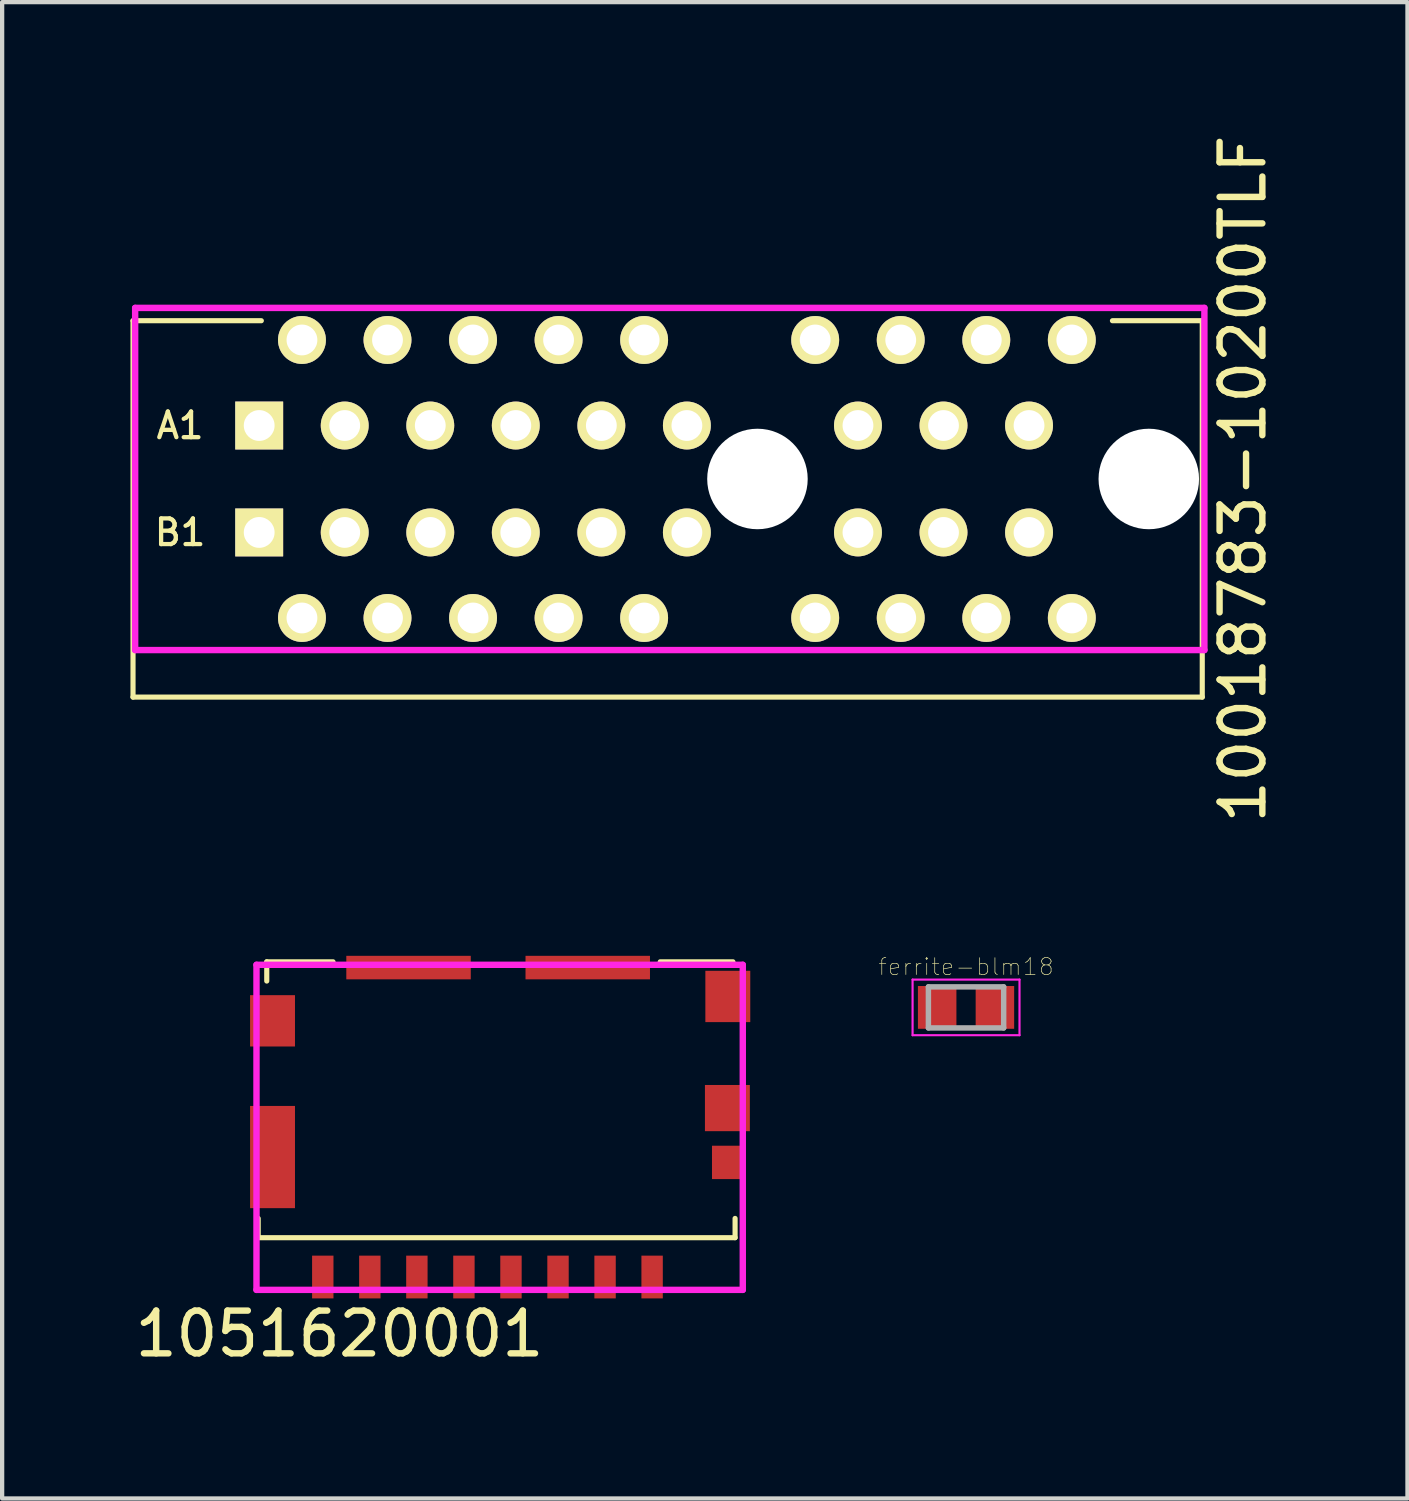
<source format=kicad_pcb>
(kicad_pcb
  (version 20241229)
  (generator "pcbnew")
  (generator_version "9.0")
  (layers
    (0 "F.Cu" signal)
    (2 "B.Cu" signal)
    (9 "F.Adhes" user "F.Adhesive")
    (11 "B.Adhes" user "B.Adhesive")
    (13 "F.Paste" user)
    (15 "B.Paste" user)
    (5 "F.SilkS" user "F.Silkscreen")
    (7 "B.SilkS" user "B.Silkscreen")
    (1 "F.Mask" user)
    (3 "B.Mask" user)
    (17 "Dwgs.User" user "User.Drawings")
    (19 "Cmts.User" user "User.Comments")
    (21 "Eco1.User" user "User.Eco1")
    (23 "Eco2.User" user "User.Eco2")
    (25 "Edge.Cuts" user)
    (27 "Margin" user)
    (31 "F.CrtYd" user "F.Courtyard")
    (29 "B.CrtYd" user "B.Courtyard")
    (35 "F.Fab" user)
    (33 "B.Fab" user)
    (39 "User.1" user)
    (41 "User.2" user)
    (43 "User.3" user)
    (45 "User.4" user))
  (footprint "10018783-10200TLF"
    (layer "F.Cu")
    (at 14.66 8.149)
    (property "Reference" "10018783-10200TLF" (at 11.35 0 270) (layer "F.SilkS") (effects (font (size 1 1) (thickness 0.15))))
    (attr through_hole)
    (fp_line (start -14.6 -3.7) (end -14.6 5.1) (stroke (width 0.12) (type solid)) (layer "F.SilkS"))
    (fp_line (start -14.6 -3.7) (end -11.6 -3.7) (stroke (width 0.12) (type solid)) (layer "F.SilkS"))
    (fp_line (start -14.6 5.1) (end 10.4 5.1) (stroke (width 0.12) (type solid)) (layer "F.SilkS"))
    (fp_line (start 10.4 -3.7) (end 8.3 -3.7) (stroke (width 0.12) (type solid)) (layer "F.SilkS"))
    (fp_line (start 10.4 5.1) (end 10.4 -3.7) (stroke (width 0.12) (type solid)) (layer "F.SilkS"))
    (fp_line (start -14.55 -4) (end -14.55 4) (stroke (width 0.15) (type solid)) (layer "F.CrtYd"))
    (fp_line (start -14.55 4) (end 10.45 4) (stroke (width 0.15) (type solid)) (layer "F.CrtYd"))
    (fp_line (start 10.45 -4) (end -14.55 -4) (stroke (width 0.15) (type solid)) (layer "F.CrtYd"))
    (fp_line (start 10.45 4) (end 10.45 -4) (stroke (width 0.15) (type solid)) (layer "F.CrtYd"))
    (fp_text user "B1" (at -13.5 1.25 0) (layer "F.SilkS") (effects (font (size 0.6 0.6) (thickness 0.1))))
    (fp_text user "A1" (at -13.5 -1.25 0) (layer "F.SilkS") (effects (font (size 0.6 0.6) (thickness 0.1))))
    (pad "" np_thru_hole circle (at 0 0 180) (size 2.35 2.35) (drill 2.35) (layers "*.Cu" "*.Mask"))
    (pad "" np_thru_hole circle (at 9.15 0 180) (size 2.35 2.35) (drill 2.35) (layers "*.Cu" "*.Mask"))
    (pad "A1" thru_hole rect (at -11.65 -1.25 180) (size 1.12 1.12) (drill 0.72) (layers "*.Cu" "*.Mask" "F.SilkS"))
    (pad "A2" thru_hole circle (at -10.65 -3.25 180) (size 1.12 1.12) (drill 0.72) (layers "*.Cu" "*.Mask" "F.SilkS"))
    (pad "A3" thru_hole circle (at -9.65 -1.25 180) (size 1.12 1.12) (drill 0.72) (layers "*.Cu" "*.Mask" "F.SilkS"))
    (pad "A4" thru_hole circle (at -8.65 -3.25 180) (size 1.12 1.12) (drill 0.72) (layers "*.Cu" "*.Mask" "F.SilkS"))
    (pad "A5" thru_hole circle (at -7.65 -1.25 180) (size 1.12 1.12) (drill 0.72) (layers "*.Cu" "*.Mask" "F.SilkS"))
    (pad "A6" thru_hole circle (at -6.65 -3.25 180) (size 1.12 1.12) (drill 0.72) (layers "*.Cu" "*.Mask" "F.SilkS"))
    (pad "A7" thru_hole circle (at -5.65 -1.25 180) (size 1.12 1.12) (drill 0.72) (layers "*.Cu" "*.Mask" "F.SilkS"))
    (pad "A8" thru_hole circle (at -4.65 -3.25 180) (size 1.12 1.12) (drill 0.72) (layers "*.Cu" "*.Mask" "F.SilkS"))
    (pad "A9" thru_hole circle (at -3.65 -1.25 180) (size 1.12 1.12) (drill 0.72) (layers "*.Cu" "*.Mask" "F.SilkS"))
    (pad "A10" thru_hole circle (at -2.65 -3.25 180) (size 1.12 1.12) (drill 0.72) (layers "*.Cu" "*.Mask" "F.SilkS"))
    (pad "A11" thru_hole circle (at -1.65 -1.25 180) (size 1.12 1.12) (drill 0.72) (layers "*.Cu" "*.Mask" "F.SilkS"))
    (pad "A12" thru_hole circle (at 1.35 -3.25 180) (size 1.12 1.12) (drill 0.72) (layers "*.Cu" "*.Mask" "F.SilkS"))
    (pad "A13" thru_hole circle (at 2.35 -1.25 180) (size 1.12 1.12) (drill 0.72) (layers "*.Cu" "*.Mask" "F.SilkS"))
    (pad "A14" thru_hole circle (at 3.35 -3.25 180) (size 1.12 1.12) (drill 0.72) (layers "*.Cu" "*.Mask" "F.SilkS"))
    (pad "A15" thru_hole circle (at 4.35 -1.25 180) (size 1.12 1.12) (drill 0.72) (layers "*.Cu" "*.Mask" "F.SilkS"))
    (pad "A16" thru_hole circle (at 5.35 -3.25 180) (size 1.12 1.12) (drill 0.72) (layers "*.Cu" "*.Mask" "F.SilkS"))
    (pad "A17" thru_hole circle (at 6.35 -1.25 180) (size 1.12 1.12) (drill 0.72) (layers "*.Cu" "*.Mask" "F.SilkS"))
    (pad "A18" thru_hole circle (at 7.35 -3.25 180) (size 1.12 1.12) (drill 0.72) (layers "*.Cu" "*.Mask" "F.SilkS"))
    (pad "B1" thru_hole rect (at -11.65 1.25 180) (size 1.12 1.12) (drill 0.72) (layers "*.Cu" "*.Mask" "F.SilkS"))
    (pad "B2" thru_hole circle (at -10.65 3.25 180) (size 1.12 1.12) (drill 0.72) (layers "*.Cu" "*.Mask" "F.SilkS"))
    (pad "B3" thru_hole circle (at -9.65 1.25 180) (size 1.12 1.12) (drill 0.72) (layers "*.Cu" "*.Mask" "F.SilkS"))
    (pad "B4" thru_hole circle (at -8.65 3.25 180) (size 1.12 1.12) (drill 0.72) (layers "*.Cu" "*.Mask" "F.SilkS"))
    (pad "B5" thru_hole circle (at -7.65 1.25 180) (size 1.12 1.12) (drill 0.72) (layers "*.Cu" "*.Mask" "F.SilkS"))
    (pad "B6" thru_hole circle (at -6.65 3.25 180) (size 1.12 1.12) (drill 0.72) (layers "*.Cu" "*.Mask" "F.SilkS"))
    (pad "B7" thru_hole circle (at -5.65 1.25 180) (size 1.12 1.12) (drill 0.72) (layers "*.Cu" "*.Mask" "F.SilkS"))
    (pad "B8" thru_hole circle (at -4.65 3.25 180) (size 1.12 1.12) (drill 0.72) (layers "*.Cu" "*.Mask" "F.SilkS"))
    (pad "B9" thru_hole circle (at -3.65 1.25 180) (size 1.12 1.12) (drill 0.72) (layers "*.Cu" "*.Mask" "F.SilkS"))
    (pad "B10" thru_hole circle (at -2.65 3.25 180) (size 1.12 1.12) (drill 0.72) (layers "*.Cu" "*.Mask" "F.SilkS"))
    (pad "B11" thru_hole circle (at -1.65 1.25 180) (size 1.12 1.12) (drill 0.72) (layers "*.Cu" "*.Mask" "F.SilkS"))
    (pad "B12" thru_hole circle (at 1.35 3.25 180) (size 1.12 1.12) (drill 0.72) (layers "*.Cu" "*.Mask" "F.SilkS"))
    (pad "B13" thru_hole circle (at 2.35 1.25 180) (size 1.12 1.12) (drill 0.72) (layers "*.Cu" "*.Mask" "F.SilkS"))
    (pad "B14" thru_hole circle (at 3.35 3.25 180) (size 1.12 1.12) (drill 0.72) (layers "*.Cu" "*.Mask" "F.SilkS"))
    (pad "B15" thru_hole circle (at 4.35 1.25 180) (size 1.12 1.12) (drill 0.72) (layers "*.Cu" "*.Mask" "F.SilkS"))
    (pad "B16" thru_hole circle (at 5.35 3.25 180) (size 1.12 1.12) (drill 0.72) (layers "*.Cu" "*.Mask" "F.SilkS"))
    (pad "B17" thru_hole circle (at 6.35 1.25 180) (size 1.12 1.12) (drill 0.72) (layers "*.Cu" "*.Mask" "F.SilkS"))
    (pad "B18" thru_hole circle (at 7.35 3.25 180) (size 1.12 1.12) (drill 0.72) (layers "*.Cu" "*.Mask" "F.SilkS")))
  (footprint "ferrite-blm18"
    (layer "F.Cu")
    (at 19.537 20.504)
    (property "Reference" "ferrite-blm18" (at 0 -0.95 0) (layer "F.SilkS") (effects (font (size 0.394 0.394) (thickness 0.015))))
    (attr through_hole)
    (fp_line (start -1.25 -0.65) (end 1.25 -0.65) (stroke (width 0.05) (type solid)) (layer "F.CrtYd"))
    (fp_line (start -1.25 0.65) (end -1.25 -0.65) (stroke (width 0.05) (type solid)) (layer "F.CrtYd"))
    (fp_line (start -1.25 0.65) (end 1.25 0.65) (stroke (width 0.05) (type solid)) (layer "F.CrtYd"))
    (fp_line (start 1.25 0.65) (end 1.25 -0.65) (stroke (width 0.05) (type solid)) (layer "F.CrtYd"))
    (fp_line (start -0.88 0.48) (end -0.88 -0.48) (stroke (width 0.127) (type solid)) (layer "F.Fab"))
    (fp_line (start 0.88 -0.48) (end -0.88 -0.48) (stroke (width 0.127) (type solid)) (layer "F.Fab"))
    (fp_line (start 0.88 0.48) (end -0.88 0.48) (stroke (width 0.127) (type solid)) (layer "F.Fab"))
    (fp_line (start 0.88 0.48) (end 0.88 -0.48) (stroke (width 0.127) (type solid)) (layer "F.Fab"))
    (pad "1" smd rect (at -0.675 0) (size 0.9 1) (layers "F.Cu" "F.Mask" "F.Paste"))
    (pad "2" smd rect (at 0.675 0) (size 0.9 1) (layers "F.Cu" "F.Mask" "F.Paste")))
  (footprint "1051620001"
    (layer "F.Cu")
    (at 8.537 23.238)
    (property "Reference" "1051620001" (at -3.65 4.9 0) (layer "F.SilkS") (effects (font (size 1 1) (thickness 0.15))))
    (attr through_hole)
    (fp_line (start -5.55 2.65) (end -5.55 2.2) (stroke (width 0.12) (type solid)) (layer "F.SilkS"))
    (fp_line (start -5.55 2.65) (end 5.6 2.65) (stroke (width 0.12) (type solid)) (layer "F.SilkS"))
    (fp_line (start -5.35 -3.8) (end -5.35 -3.35) (stroke (width 0.12) (type solid)) (layer "F.SilkS"))
    (fp_line (start -3.8 -3.8) (end -5.35 -3.8) (stroke (width 0.12) (type solid)) (layer "F.SilkS"))
    (fp_line (start 5.55 -3.8) (end 3.85 -3.8) (stroke (width 0.12) (type solid)) (layer "F.SilkS"))
    (fp_line (start 5.6 2.65) (end 5.6 2.2) (stroke (width 0.12) (type solid)) (layer "F.SilkS"))
    (fp_line (start -5.59 -3.73) (end 5.78 -3.73) (stroke (width 0.15) (type solid)) (layer "F.CrtYd"))
    (fp_line (start -5.59 3.87) (end -5.59 -3.73) (stroke (width 0.15) (type solid)) (layer "F.CrtYd"))
    (fp_line (start 5.78 -3.73) (end 5.78 3.87) (stroke (width 0.15) (type solid)) (layer "F.CrtYd"))
    (fp_line (start 5.78 3.87) (end -5.59 3.87) (stroke (width 0.15) (type solid)) (layer "F.CrtYd"))
    (pad "" smd rect (at -2.035 -3.665) (size 2.91 0.55) (layers "F.Cu" "F.Mask" "F.Paste"))
    (pad "" smd rect (at 2.155 -3.665) (size 2.91 0.55) (layers "F.Cu" "F.Mask" "F.Paste"))
    (pad "1" smd rect (at 3.66 3.57) (size 0.5 1) (layers "F.Cu" "F.Mask" "F.Paste"))
    (pad "2" smd rect (at 2.56 3.57) (size 0.5 1) (layers "F.Cu" "F.Mask" "F.Paste"))
    (pad "3" smd rect (at 1.46 3.57) (size 0.5 1) (layers "F.Cu" "F.Mask" "F.Paste"))
    (pad "4" smd rect (at 0.36 3.57) (size 0.5 1) (layers "F.Cu" "F.Mask" "F.Paste"))
    (pad "5" smd rect (at -0.74 3.57) (size 0.5 1) (layers "F.Cu" "F.Mask" "F.Paste"))
    (pad "6" smd rect (at -1.84 3.57) (size 0.5 1) (layers "F.Cu" "F.Mask" "F.Paste"))
    (pad "7" smd rect (at -2.94 3.57) (size 0.5 1) (layers "F.Cu" "F.Mask" "F.Paste"))
    (pad "8" smd rect (at -4.04 3.57) (size 0.5 1) (layers "F.Cu" "F.Mask" "F.Paste"))
    (pad "9" smd rect (at 5.42 0.89) (size 0.72 0.78) (layers "F.Cu" "F.Mask" "F.Paste"))
    (pad "10" smd rect (at -5.215 -2.42) (size 1.05 1.2) (layers "F.Cu" "F.Mask" "F.Paste"))
    (pad "10" smd rect (at -5.215 0.765) (size 1.05 2.39) (layers "F.Cu" "F.Mask" "F.Paste"))
    (pad "10" smd rect (at 5.42 -0.38) (size 1.05 1.08) (layers "F.Cu" "F.Mask" "F.Paste"))
    (pad "10" smd rect (at 5.43 -2.99) (size 1.05 1.2) (layers "F.Cu" "F.Mask" "F.Paste")))
  (gr_rect
    (start -3 -3)
    (end 29.858 31.986)
    (stroke (width 0.1) (type default))
    (fill no)
    (layer "Edge.Cuts")))
</source>
